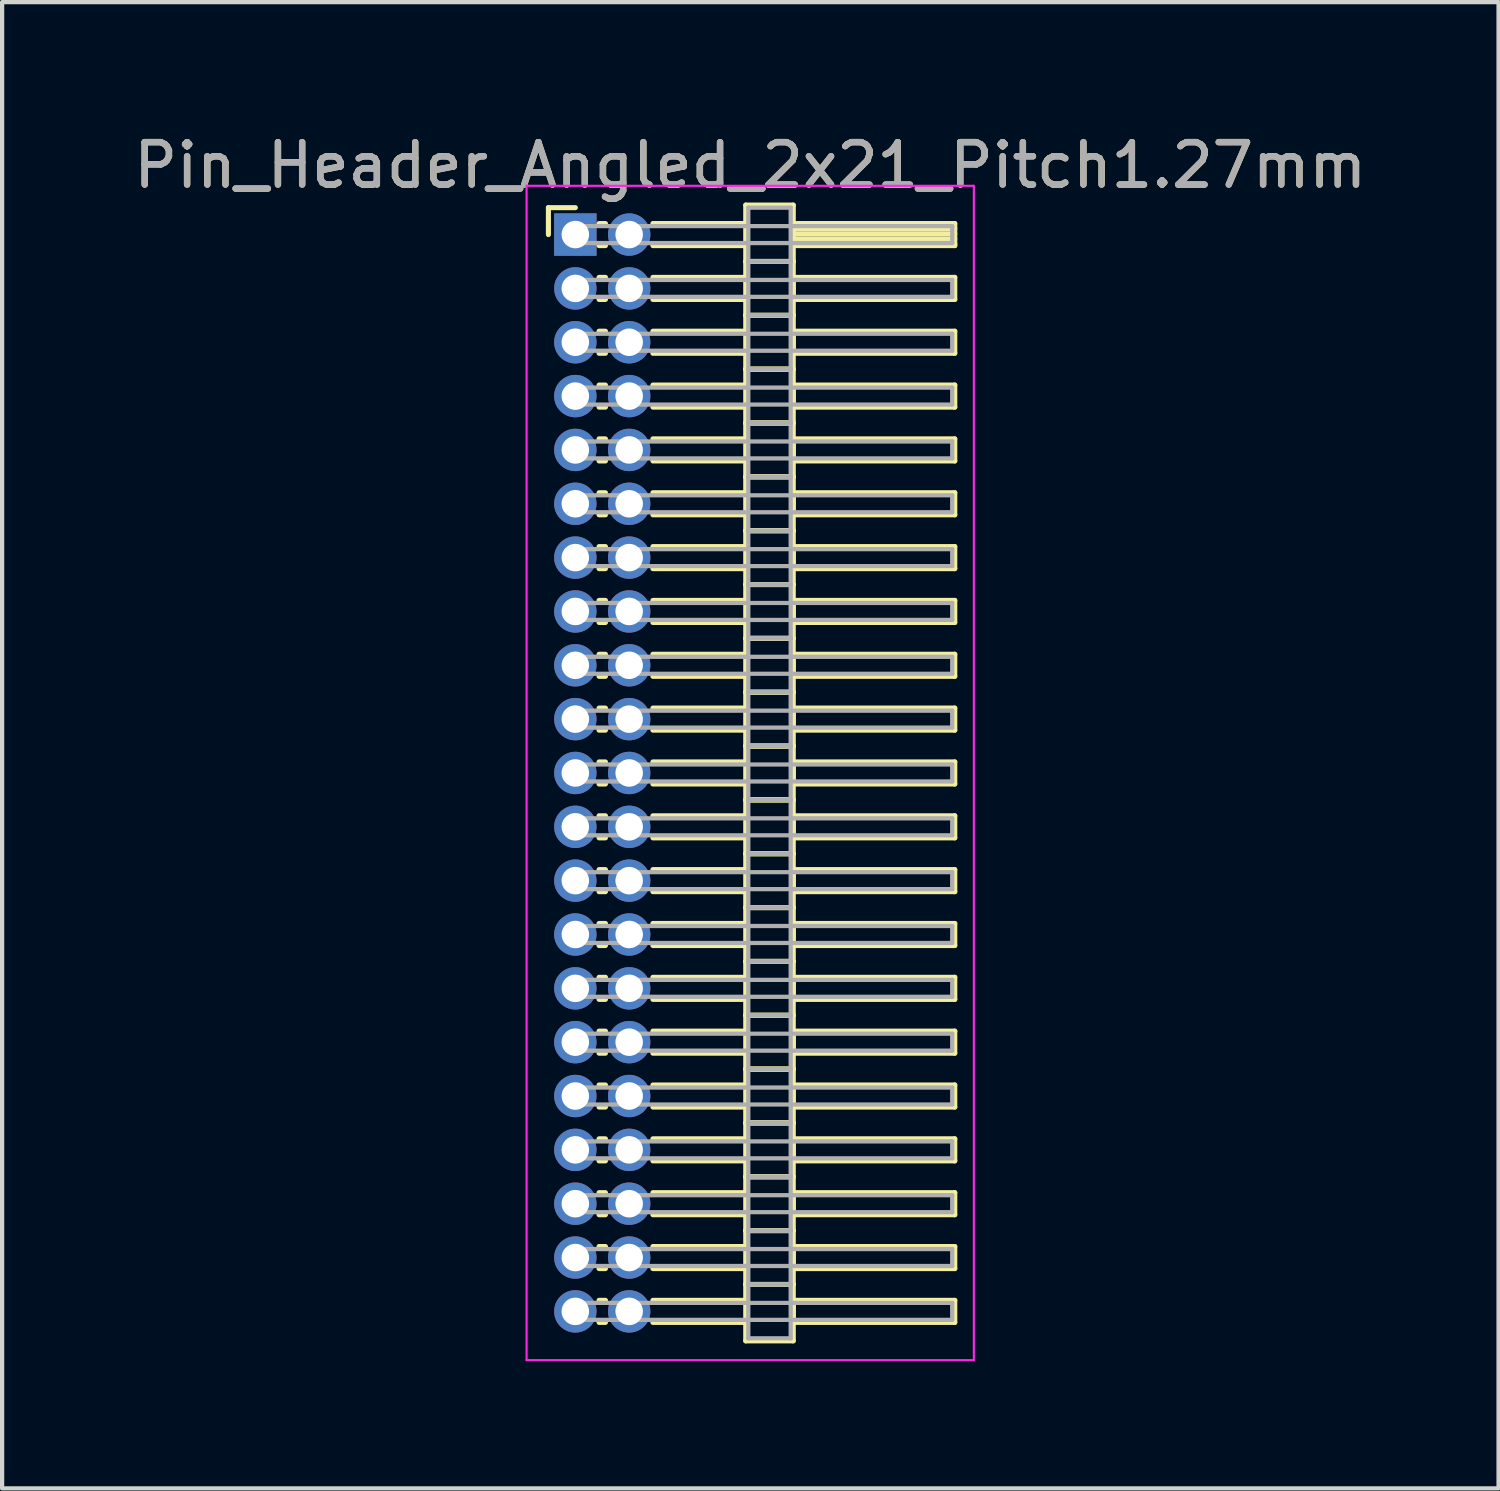
<source format=kicad_pcb>
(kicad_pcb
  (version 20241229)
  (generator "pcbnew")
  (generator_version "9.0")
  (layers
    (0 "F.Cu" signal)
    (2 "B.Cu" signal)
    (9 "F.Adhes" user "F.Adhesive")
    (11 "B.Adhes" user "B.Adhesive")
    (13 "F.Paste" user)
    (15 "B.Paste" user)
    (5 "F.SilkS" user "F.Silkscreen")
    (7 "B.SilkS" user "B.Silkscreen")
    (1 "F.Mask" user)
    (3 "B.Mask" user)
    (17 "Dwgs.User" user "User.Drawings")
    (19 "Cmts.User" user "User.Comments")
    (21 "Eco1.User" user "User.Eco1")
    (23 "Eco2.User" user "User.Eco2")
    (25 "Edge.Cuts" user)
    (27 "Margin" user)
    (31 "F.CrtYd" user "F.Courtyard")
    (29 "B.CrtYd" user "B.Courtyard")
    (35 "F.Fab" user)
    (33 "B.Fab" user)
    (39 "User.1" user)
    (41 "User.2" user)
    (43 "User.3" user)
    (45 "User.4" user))
  (footprint "Pin_Header_Angled_2x21_Pitch1.27mm"
    (layer "F.Cu")
    (at 10.521 2.483)
    (property "Reference" "Pin_Header_Angled_2x21_Pitch1.27mm" (at 4.128 -1.635 0) (layer "F.SilkS") (effects (font (size 1 1) (thickness 0.15))))
    (attr through_hole)
    (fp_line (start -0.635 -0.635) (end 0 -0.635) (stroke (width 0.12) (type solid)) (layer "F.SilkS"))
    (fp_line (start -0.635 0) (end -0.635 -0.635) (stroke (width 0.12) (type solid)) (layer "F.SilkS"))
    (fp_line (start 0.56 -0.26) (end 0.71 -0.26) (stroke (width 0.12) (type solid)) (layer "F.SilkS"))
    (fp_line (start 0.56 0.26) (end 0.71 0.26) (stroke (width 0.12) (type solid)) (layer "F.SilkS"))
    (fp_line (start 0.56 1.01) (end 0.71 1.01) (stroke (width 0.12) (type solid)) (layer "F.SilkS"))
    (fp_line (start 0.56 1.53) (end 0.71 1.53) (stroke (width 0.12) (type solid)) (layer "F.SilkS"))
    (fp_line (start 0.56 2.28) (end 0.71 2.28) (stroke (width 0.12) (type solid)) (layer "F.SilkS"))
    (fp_line (start 0.56 2.8) (end 0.71 2.8) (stroke (width 0.12) (type solid)) (layer "F.SilkS"))
    (fp_line (start 0.56 3.55) (end 0.71 3.55) (stroke (width 0.12) (type solid)) (layer "F.SilkS"))
    (fp_line (start 0.56 4.07) (end 0.71 4.07) (stroke (width 0.12) (type solid)) (layer "F.SilkS"))
    (fp_line (start 0.56 4.82) (end 0.71 4.82) (stroke (width 0.12) (type solid)) (layer "F.SilkS"))
    (fp_line (start 0.56 5.34) (end 0.71 5.34) (stroke (width 0.12) (type solid)) (layer "F.SilkS"))
    (fp_line (start 0.56 6.09) (end 0.71 6.09) (stroke (width 0.12) (type solid)) (layer "F.SilkS"))
    (fp_line (start 0.56 6.61) (end 0.71 6.61) (stroke (width 0.12) (type solid)) (layer "F.SilkS"))
    (fp_line (start 0.56 7.36) (end 0.71 7.36) (stroke (width 0.12) (type solid)) (layer "F.SilkS"))
    (fp_line (start 0.56 7.88) (end 0.71 7.88) (stroke (width 0.12) (type solid)) (layer "F.SilkS"))
    (fp_line (start 0.56 8.63) (end 0.71 8.63) (stroke (width 0.12) (type solid)) (layer "F.SilkS"))
    (fp_line (start 0.56 9.15) (end 0.71 9.15) (stroke (width 0.12) (type solid)) (layer "F.SilkS"))
    (fp_line (start 0.56 9.9) (end 0.71 9.9) (stroke (width 0.12) (type solid)) (layer "F.SilkS"))
    (fp_line (start 0.56 10.42) (end 0.71 10.42) (stroke (width 0.12) (type solid)) (layer "F.SilkS"))
    (fp_line (start 0.56 11.17) (end 0.71 11.17) (stroke (width 0.12) (type solid)) (layer "F.SilkS"))
    (fp_line (start 0.56 11.69) (end 0.71 11.69) (stroke (width 0.12) (type solid)) (layer "F.SilkS"))
    (fp_line (start 0.56 12.44) (end 0.71 12.44) (stroke (width 0.12) (type solid)) (layer "F.SilkS"))
    (fp_line (start 0.56 12.96) (end 0.71 12.96) (stroke (width 0.12) (type solid)) (layer "F.SilkS"))
    (fp_line (start 0.56 13.71) (end 0.71 13.71) (stroke (width 0.12) (type solid)) (layer "F.SilkS"))
    (fp_line (start 0.56 14.23) (end 0.71 14.23) (stroke (width 0.12) (type solid)) (layer "F.SilkS"))
    (fp_line (start 0.56 14.98) (end 0.71 14.98) (stroke (width 0.12) (type solid)) (layer "F.SilkS"))
    (fp_line (start 0.56 15.5) (end 0.71 15.5) (stroke (width 0.12) (type solid)) (layer "F.SilkS"))
    (fp_line (start 0.56 16.25) (end 0.71 16.25) (stroke (width 0.12) (type solid)) (layer "F.SilkS"))
    (fp_line (start 0.56 16.77) (end 0.71 16.77) (stroke (width 0.12) (type solid)) (layer "F.SilkS"))
    (fp_line (start 0.56 17.52) (end 0.71 17.52) (stroke (width 0.12) (type solid)) (layer "F.SilkS"))
    (fp_line (start 0.56 18.04) (end 0.71 18.04) (stroke (width 0.12) (type solid)) (layer "F.SilkS"))
    (fp_line (start 0.56 18.79) (end 0.71 18.79) (stroke (width 0.12) (type solid)) (layer "F.SilkS"))
    (fp_line (start 0.56 19.31) (end 0.71 19.31) (stroke (width 0.12) (type solid)) (layer "F.SilkS"))
    (fp_line (start 0.56 20.06) (end 0.71 20.06) (stroke (width 0.12) (type solid)) (layer "F.SilkS"))
    (fp_line (start 0.56 20.58) (end 0.71 20.58) (stroke (width 0.12) (type solid)) (layer "F.SilkS"))
    (fp_line (start 0.56 21.33) (end 0.71 21.33) (stroke (width 0.12) (type solid)) (layer "F.SilkS"))
    (fp_line (start 0.56 21.85) (end 0.71 21.85) (stroke (width 0.12) (type solid)) (layer "F.SilkS"))
    (fp_line (start 0.56 22.6) (end 0.71 22.6) (stroke (width 0.12) (type solid)) (layer "F.SilkS"))
    (fp_line (start 0.56 23.12) (end 0.71 23.12) (stroke (width 0.12) (type solid)) (layer "F.SilkS"))
    (fp_line (start 0.56 23.87) (end 0.71 23.87) (stroke (width 0.12) (type solid)) (layer "F.SilkS"))
    (fp_line (start 0.56 24.39) (end 0.71 24.39) (stroke (width 0.12) (type solid)) (layer "F.SilkS"))
    (fp_line (start 0.56 25.14) (end 0.71 25.14) (stroke (width 0.12) (type solid)) (layer "F.SilkS"))
    (fp_line (start 0.56 25.66) (end 0.71 25.66) (stroke (width 0.12) (type solid)) (layer "F.SilkS"))
    (fp_line (start 1.83 -0.26) (end 4.02 -0.26) (stroke (width 0.12) (type solid)) (layer "F.SilkS"))
    (fp_line (start 1.83 0.26) (end 4.02 0.26) (stroke (width 0.12) (type solid)) (layer "F.SilkS"))
    (fp_line (start 1.83 1.01) (end 4.02 1.01) (stroke (width 0.12) (type solid)) (layer "F.SilkS"))
    (fp_line (start 1.83 1.53) (end 4.02 1.53) (stroke (width 0.12) (type solid)) (layer "F.SilkS"))
    (fp_line (start 1.83 2.28) (end 4.02 2.28) (stroke (width 0.12) (type solid)) (layer "F.SilkS"))
    (fp_line (start 1.83 2.8) (end 4.02 2.8) (stroke (width 0.12) (type solid)) (layer "F.SilkS"))
    (fp_line (start 1.83 3.55) (end 4.02 3.55) (stroke (width 0.12) (type solid)) (layer "F.SilkS"))
    (fp_line (start 1.83 4.07) (end 4.02 4.07) (stroke (width 0.12) (type solid)) (layer "F.SilkS"))
    (fp_line (start 1.83 4.82) (end 4.02 4.82) (stroke (width 0.12) (type solid)) (layer "F.SilkS"))
    (fp_line (start 1.83 5.34) (end 4.02 5.34) (stroke (width 0.12) (type solid)) (layer "F.SilkS"))
    (fp_line (start 1.83 6.09) (end 4.02 6.09) (stroke (width 0.12) (type solid)) (layer "F.SilkS"))
    (fp_line (start 1.83 6.61) (end 4.02 6.61) (stroke (width 0.12) (type solid)) (layer "F.SilkS"))
    (fp_line (start 1.83 7.36) (end 4.02 7.36) (stroke (width 0.12) (type solid)) (layer "F.SilkS"))
    (fp_line (start 1.83 7.88) (end 4.02 7.88) (stroke (width 0.12) (type solid)) (layer "F.SilkS"))
    (fp_line (start 1.83 8.63) (end 4.02 8.63) (stroke (width 0.12) (type solid)) (layer "F.SilkS"))
    (fp_line (start 1.83 9.15) (end 4.02 9.15) (stroke (width 0.12) (type solid)) (layer "F.SilkS"))
    (fp_line (start 1.83 9.9) (end 4.02 9.9) (stroke (width 0.12) (type solid)) (layer "F.SilkS"))
    (fp_line (start 1.83 10.42) (end 4.02 10.42) (stroke (width 0.12) (type solid)) (layer "F.SilkS"))
    (fp_line (start 1.83 11.17) (end 4.02 11.17) (stroke (width 0.12) (type solid)) (layer "F.SilkS"))
    (fp_line (start 1.83 11.69) (end 4.02 11.69) (stroke (width 0.12) (type solid)) (layer "F.SilkS"))
    (fp_line (start 1.83 12.44) (end 4.02 12.44) (stroke (width 0.12) (type solid)) (layer "F.SilkS"))
    (fp_line (start 1.83 12.96) (end 4.02 12.96) (stroke (width 0.12) (type solid)) (layer "F.SilkS"))
    (fp_line (start 1.83 13.71) (end 4.02 13.71) (stroke (width 0.12) (type solid)) (layer "F.SilkS"))
    (fp_line (start 1.83 14.23) (end 4.02 14.23) (stroke (width 0.12) (type solid)) (layer "F.SilkS"))
    (fp_line (start 1.83 14.98) (end 4.02 14.98) (stroke (width 0.12) (type solid)) (layer "F.SilkS"))
    (fp_line (start 1.83 15.5) (end 4.02 15.5) (stroke (width 0.12) (type solid)) (layer "F.SilkS"))
    (fp_line (start 1.83 16.25) (end 4.02 16.25) (stroke (width 0.12) (type solid)) (layer "F.SilkS"))
    (fp_line (start 1.83 16.77) (end 4.02 16.77) (stroke (width 0.12) (type solid)) (layer "F.SilkS"))
    (fp_line (start 1.83 17.52) (end 4.02 17.52) (stroke (width 0.12) (type solid)) (layer "F.SilkS"))
    (fp_line (start 1.83 18.04) (end 4.02 18.04) (stroke (width 0.12) (type solid)) (layer "F.SilkS"))
    (fp_line (start 1.83 18.79) (end 4.02 18.79) (stroke (width 0.12) (type solid)) (layer "F.SilkS"))
    (fp_line (start 1.83 19.31) (end 4.02 19.31) (stroke (width 0.12) (type solid)) (layer "F.SilkS"))
    (fp_line (start 1.83 20.06) (end 4.02 20.06) (stroke (width 0.12) (type solid)) (layer "F.SilkS"))
    (fp_line (start 1.83 20.58) (end 4.02 20.58) (stroke (width 0.12) (type solid)) (layer "F.SilkS"))
    (fp_line (start 1.83 21.33) (end 4.02 21.33) (stroke (width 0.12) (type solid)) (layer "F.SilkS"))
    (fp_line (start 1.83 21.85) (end 4.02 21.85) (stroke (width 0.12) (type solid)) (layer "F.SilkS"))
    (fp_line (start 1.83 22.6) (end 4.02 22.6) (stroke (width 0.12) (type solid)) (layer "F.SilkS"))
    (fp_line (start 1.83 23.12) (end 4.02 23.12) (stroke (width 0.12) (type solid)) (layer "F.SilkS"))
    (fp_line (start 1.83 23.87) (end 4.02 23.87) (stroke (width 0.12) (type solid)) (layer "F.SilkS"))
    (fp_line (start 1.83 24.39) (end 4.02 24.39) (stroke (width 0.12) (type solid)) (layer "F.SilkS"))
    (fp_line (start 1.83 25.14) (end 4.02 25.14) (stroke (width 0.12) (type solid)) (layer "F.SilkS"))
    (fp_line (start 1.83 25.66) (end 4.02 25.66) (stroke (width 0.12) (type solid)) (layer "F.SilkS"))
    (fp_line (start 4.02 -0.695) (end 4.02 0.635) (stroke (width 0.12) (type solid)) (layer "F.SilkS"))
    (fp_line (start 4.02 0.635) (end 4.02 1.905) (stroke (width 0.12) (type solid)) (layer "F.SilkS"))
    (fp_line (start 4.02 0.635) (end 5.14 0.635) (stroke (width 0.12) (type solid)) (layer "F.SilkS"))
    (fp_line (start 4.02 1.905) (end 4.02 3.175) (stroke (width 0.12) (type solid)) (layer "F.SilkS"))
    (fp_line (start 4.02 1.905) (end 5.14 1.905) (stroke (width 0.12) (type solid)) (layer "F.SilkS"))
    (fp_line (start 4.02 3.175) (end 4.02 4.445) (stroke (width 0.12) (type solid)) (layer "F.SilkS"))
    (fp_line (start 4.02 3.175) (end 5.14 3.175) (stroke (width 0.12) (type solid)) (layer "F.SilkS"))
    (fp_line (start 4.02 4.445) (end 4.02 5.715) (stroke (width 0.12) (type solid)) (layer "F.SilkS"))
    (fp_line (start 4.02 4.445) (end 5.14 4.445) (stroke (width 0.12) (type solid)) (layer "F.SilkS"))
    (fp_line (start 4.02 5.715) (end 4.02 6.985) (stroke (width 0.12) (type solid)) (layer "F.SilkS"))
    (fp_line (start 4.02 5.715) (end 5.14 5.715) (stroke (width 0.12) (type solid)) (layer "F.SilkS"))
    (fp_line (start 4.02 6.985) (end 4.02 8.255) (stroke (width 0.12) (type solid)) (layer "F.SilkS"))
    (fp_line (start 4.02 6.985) (end 5.14 6.985) (stroke (width 0.12) (type solid)) (layer "F.SilkS"))
    (fp_line (start 4.02 8.255) (end 4.02 9.525) (stroke (width 0.12) (type solid)) (layer "F.SilkS"))
    (fp_line (start 4.02 8.255) (end 5.14 8.255) (stroke (width 0.12) (type solid)) (layer "F.SilkS"))
    (fp_line (start 4.02 9.525) (end 4.02 10.795) (stroke (width 0.12) (type solid)) (layer "F.SilkS"))
    (fp_line (start 4.02 9.525) (end 5.14 9.525) (stroke (width 0.12) (type solid)) (layer "F.SilkS"))
    (fp_line (start 4.02 10.795) (end 4.02 12.065) (stroke (width 0.12) (type solid)) (layer "F.SilkS"))
    (fp_line (start 4.02 10.795) (end 5.14 10.795) (stroke (width 0.12) (type solid)) (layer "F.SilkS"))
    (fp_line (start 4.02 12.065) (end 4.02 13.335) (stroke (width 0.12) (type solid)) (layer "F.SilkS"))
    (fp_line (start 4.02 12.065) (end 5.14 12.065) (stroke (width 0.12) (type solid)) (layer "F.SilkS"))
    (fp_line (start 4.02 13.335) (end 4.02 14.605) (stroke (width 0.12) (type solid)) (layer "F.SilkS"))
    (fp_line (start 4.02 13.335) (end 5.14 13.335) (stroke (width 0.12) (type solid)) (layer "F.SilkS"))
    (fp_line (start 4.02 14.605) (end 4.02 15.875) (stroke (width 0.12) (type solid)) (layer "F.SilkS"))
    (fp_line (start 4.02 14.605) (end 5.14 14.605) (stroke (width 0.12) (type solid)) (layer "F.SilkS"))
    (fp_line (start 4.02 15.875) (end 4.02 17.145) (stroke (width 0.12) (type solid)) (layer "F.SilkS"))
    (fp_line (start 4.02 15.875) (end 5.14 15.875) (stroke (width 0.12) (type solid)) (layer "F.SilkS"))
    (fp_line (start 4.02 17.145) (end 4.02 18.415) (stroke (width 0.12) (type solid)) (layer "F.SilkS"))
    (fp_line (start 4.02 17.145) (end 5.14 17.145) (stroke (width 0.12) (type solid)) (layer "F.SilkS"))
    (fp_line (start 4.02 18.415) (end 4.02 19.685) (stroke (width 0.12) (type solid)) (layer "F.SilkS"))
    (fp_line (start 4.02 18.415) (end 5.14 18.415) (stroke (width 0.12) (type solid)) (layer "F.SilkS"))
    (fp_line (start 4.02 19.685) (end 4.02 20.955) (stroke (width 0.12) (type solid)) (layer "F.SilkS"))
    (fp_line (start 4.02 19.685) (end 5.14 19.685) (stroke (width 0.12) (type solid)) (layer "F.SilkS"))
    (fp_line (start 4.02 20.955) (end 4.02 22.225) (stroke (width 0.12) (type solid)) (layer "F.SilkS"))
    (fp_line (start 4.02 20.955) (end 5.14 20.955) (stroke (width 0.12) (type solid)) (layer "F.SilkS"))
    (fp_line (start 4.02 22.225) (end 4.02 23.495) (stroke (width 0.12) (type solid)) (layer "F.SilkS"))
    (fp_line (start 4.02 22.225) (end 5.14 22.225) (stroke (width 0.12) (type solid)) (layer "F.SilkS"))
    (fp_line (start 4.02 23.495) (end 4.02 24.765) (stroke (width 0.12) (type solid)) (layer "F.SilkS"))
    (fp_line (start 4.02 23.495) (end 5.14 23.495) (stroke (width 0.12) (type solid)) (layer "F.SilkS"))
    (fp_line (start 4.02 24.765) (end 4.02 26.095) (stroke (width 0.12) (type solid)) (layer "F.SilkS"))
    (fp_line (start 4.02 24.765) (end 5.14 24.765) (stroke (width 0.12) (type solid)) (layer "F.SilkS"))
    (fp_line (start 4.02 26.095) (end 5.14 26.095) (stroke (width 0.12) (type solid)) (layer "F.SilkS"))
    (fp_line (start 5.14 -0.695) (end 4.02 -0.695) (stroke (width 0.12) (type solid)) (layer "F.SilkS"))
    (fp_line (start 5.14 -0.26) (end 5.14 0.26) (stroke (width 0.12) (type solid)) (layer "F.SilkS"))
    (fp_line (start 5.14 -0.14) (end 8.95 -0.14) (stroke (width 0.12) (type solid)) (layer "F.SilkS"))
    (fp_line (start 5.14 -0.02) (end 8.95 -0.02) (stroke (width 0.12) (type solid)) (layer "F.SilkS"))
    (fp_line (start 5.14 0.1) (end 8.95 0.1) (stroke (width 0.12) (type solid)) (layer "F.SilkS"))
    (fp_line (start 5.14 0.22) (end 8.95 0.22) (stroke (width 0.12) (type solid)) (layer "F.SilkS"))
    (fp_line (start 5.14 0.26) (end 8.95 0.26) (stroke (width 0.12) (type solid)) (layer "F.SilkS"))
    (fp_line (start 5.14 0.635) (end 4.02 0.635) (stroke (width 0.12) (type solid)) (layer "F.SilkS"))
    (fp_line (start 5.14 0.635) (end 5.14 -0.695) (stroke (width 0.12) (type solid)) (layer "F.SilkS"))
    (fp_line (start 5.14 1.01) (end 5.14 1.53) (stroke (width 0.12) (type solid)) (layer "F.SilkS"))
    (fp_line (start 5.14 1.53) (end 8.95 1.53) (stroke (width 0.12) (type solid)) (layer "F.SilkS"))
    (fp_line (start 5.14 1.905) (end 4.02 1.905) (stroke (width 0.12) (type solid)) (layer "F.SilkS"))
    (fp_line (start 5.14 1.905) (end 5.14 0.635) (stroke (width 0.12) (type solid)) (layer "F.SilkS"))
    (fp_line (start 5.14 2.28) (end 5.14 2.8) (stroke (width 0.12) (type solid)) (layer "F.SilkS"))
    (fp_line (start 5.14 2.8) (end 8.95 2.8) (stroke (width 0.12) (type solid)) (layer "F.SilkS"))
    (fp_line (start 5.14 3.175) (end 4.02 3.175) (stroke (width 0.12) (type solid)) (layer "F.SilkS"))
    (fp_line (start 5.14 3.175) (end 5.14 1.905) (stroke (width 0.12) (type solid)) (layer "F.SilkS"))
    (fp_line (start 5.14 3.55) (end 5.14 4.07) (stroke (width 0.12) (type solid)) (layer "F.SilkS"))
    (fp_line (start 5.14 4.07) (end 8.95 4.07) (stroke (width 0.12) (type solid)) (layer "F.SilkS"))
    (fp_line (start 5.14 4.445) (end 4.02 4.445) (stroke (width 0.12) (type solid)) (layer "F.SilkS"))
    (fp_line (start 5.14 4.445) (end 5.14 3.175) (stroke (width 0.12) (type solid)) (layer "F.SilkS"))
    (fp_line (start 5.14 4.82) (end 5.14 5.34) (stroke (width 0.12) (type solid)) (layer "F.SilkS"))
    (fp_line (start 5.14 5.34) (end 8.95 5.34) (stroke (width 0.12) (type solid)) (layer "F.SilkS"))
    (fp_line (start 5.14 5.715) (end 4.02 5.715) (stroke (width 0.12) (type solid)) (layer "F.SilkS"))
    (fp_line (start 5.14 5.715) (end 5.14 4.445) (stroke (width 0.12) (type solid)) (layer "F.SilkS"))
    (fp_line (start 5.14 6.09) (end 5.14 6.61) (stroke (width 0.12) (type solid)) (layer "F.SilkS"))
    (fp_line (start 5.14 6.61) (end 8.95 6.61) (stroke (width 0.12) (type solid)) (layer "F.SilkS"))
    (fp_line (start 5.14 6.985) (end 4.02 6.985) (stroke (width 0.12) (type solid)) (layer "F.SilkS"))
    (fp_line (start 5.14 6.985) (end 5.14 5.715) (stroke (width 0.12) (type solid)) (layer "F.SilkS"))
    (fp_line (start 5.14 7.36) (end 5.14 7.88) (stroke (width 0.12) (type solid)) (layer "F.SilkS"))
    (fp_line (start 5.14 7.88) (end 8.95 7.88) (stroke (width 0.12) (type solid)) (layer "F.SilkS"))
    (fp_line (start 5.14 8.255) (end 4.02 8.255) (stroke (width 0.12) (type solid)) (layer "F.SilkS"))
    (fp_line (start 5.14 8.255) (end 5.14 6.985) (stroke (width 0.12) (type solid)) (layer "F.SilkS"))
    (fp_line (start 5.14 8.63) (end 5.14 9.15) (stroke (width 0.12) (type solid)) (layer "F.SilkS"))
    (fp_line (start 5.14 9.15) (end 8.95 9.15) (stroke (width 0.12) (type solid)) (layer "F.SilkS"))
    (fp_line (start 5.14 9.525) (end 4.02 9.525) (stroke (width 0.12) (type solid)) (layer "F.SilkS"))
    (fp_line (start 5.14 9.525) (end 5.14 8.255) (stroke (width 0.12) (type solid)) (layer "F.SilkS"))
    (fp_line (start 5.14 9.9) (end 5.14 10.42) (stroke (width 0.12) (type solid)) (layer "F.SilkS"))
    (fp_line (start 5.14 10.42) (end 8.95 10.42) (stroke (width 0.12) (type solid)) (layer "F.SilkS"))
    (fp_line (start 5.14 10.795) (end 4.02 10.795) (stroke (width 0.12) (type solid)) (layer "F.SilkS"))
    (fp_line (start 5.14 10.795) (end 5.14 9.525) (stroke (width 0.12) (type solid)) (layer "F.SilkS"))
    (fp_line (start 5.14 11.17) (end 5.14 11.69) (stroke (width 0.12) (type solid)) (layer "F.SilkS"))
    (fp_line (start 5.14 11.69) (end 8.95 11.69) (stroke (width 0.12) (type solid)) (layer "F.SilkS"))
    (fp_line (start 5.14 12.065) (end 4.02 12.065) (stroke (width 0.12) (type solid)) (layer "F.SilkS"))
    (fp_line (start 5.14 12.065) (end 5.14 10.795) (stroke (width 0.12) (type solid)) (layer "F.SilkS"))
    (fp_line (start 5.14 12.44) (end 5.14 12.96) (stroke (width 0.12) (type solid)) (layer "F.SilkS"))
    (fp_line (start 5.14 12.96) (end 8.95 12.96) (stroke (width 0.12) (type solid)) (layer "F.SilkS"))
    (fp_line (start 5.14 13.335) (end 4.02 13.335) (stroke (width 0.12) (type solid)) (layer "F.SilkS"))
    (fp_line (start 5.14 13.335) (end 5.14 12.065) (stroke (width 0.12) (type solid)) (layer "F.SilkS"))
    (fp_line (start 5.14 13.71) (end 5.14 14.23) (stroke (width 0.12) (type solid)) (layer "F.SilkS"))
    (fp_line (start 5.14 14.23) (end 8.95 14.23) (stroke (width 0.12) (type solid)) (layer "F.SilkS"))
    (fp_line (start 5.14 14.605) (end 4.02 14.605) (stroke (width 0.12) (type solid)) (layer "F.SilkS"))
    (fp_line (start 5.14 14.605) (end 5.14 13.335) (stroke (width 0.12) (type solid)) (layer "F.SilkS"))
    (fp_line (start 5.14 14.98) (end 5.14 15.5) (stroke (width 0.12) (type solid)) (layer "F.SilkS"))
    (fp_line (start 5.14 15.5) (end 8.95 15.5) (stroke (width 0.12) (type solid)) (layer "F.SilkS"))
    (fp_line (start 5.14 15.875) (end 4.02 15.875) (stroke (width 0.12) (type solid)) (layer "F.SilkS"))
    (fp_line (start 5.14 15.875) (end 5.14 14.605) (stroke (width 0.12) (type solid)) (layer "F.SilkS"))
    (fp_line (start 5.14 16.25) (end 5.14 16.77) (stroke (width 0.12) (type solid)) (layer "F.SilkS"))
    (fp_line (start 5.14 16.77) (end 8.95 16.77) (stroke (width 0.12) (type solid)) (layer "F.SilkS"))
    (fp_line (start 5.14 17.145) (end 4.02 17.145) (stroke (width 0.12) (type solid)) (layer "F.SilkS"))
    (fp_line (start 5.14 17.145) (end 5.14 15.875) (stroke (width 0.12) (type solid)) (layer "F.SilkS"))
    (fp_line (start 5.14 17.52) (end 5.14 18.04) (stroke (width 0.12) (type solid)) (layer "F.SilkS"))
    (fp_line (start 5.14 18.04) (end 8.95 18.04) (stroke (width 0.12) (type solid)) (layer "F.SilkS"))
    (fp_line (start 5.14 18.415) (end 4.02 18.415) (stroke (width 0.12) (type solid)) (layer "F.SilkS"))
    (fp_line (start 5.14 18.415) (end 5.14 17.145) (stroke (width 0.12) (type solid)) (layer "F.SilkS"))
    (fp_line (start 5.14 18.79) (end 5.14 19.31) (stroke (width 0.12) (type solid)) (layer "F.SilkS"))
    (fp_line (start 5.14 19.31) (end 8.95 19.31) (stroke (width 0.12) (type solid)) (layer "F.SilkS"))
    (fp_line (start 5.14 19.685) (end 4.02 19.685) (stroke (width 0.12) (type solid)) (layer "F.SilkS"))
    (fp_line (start 5.14 19.685) (end 5.14 18.415) (stroke (width 0.12) (type solid)) (layer "F.SilkS"))
    (fp_line (start 5.14 20.06) (end 5.14 20.58) (stroke (width 0.12) (type solid)) (layer "F.SilkS"))
    (fp_line (start 5.14 20.58) (end 8.95 20.58) (stroke (width 0.12) (type solid)) (layer "F.SilkS"))
    (fp_line (start 5.14 20.955) (end 4.02 20.955) (stroke (width 0.12) (type solid)) (layer "F.SilkS"))
    (fp_line (start 5.14 20.955) (end 5.14 19.685) (stroke (width 0.12) (type solid)) (layer "F.SilkS"))
    (fp_line (start 5.14 21.33) (end 5.14 21.85) (stroke (width 0.12) (type solid)) (layer "F.SilkS"))
    (fp_line (start 5.14 21.85) (end 8.95 21.85) (stroke (width 0.12) (type solid)) (layer "F.SilkS"))
    (fp_line (start 5.14 22.225) (end 4.02 22.225) (stroke (width 0.12) (type solid)) (layer "F.SilkS"))
    (fp_line (start 5.14 22.225) (end 5.14 20.955) (stroke (width 0.12) (type solid)) (layer "F.SilkS"))
    (fp_line (start 5.14 22.6) (end 5.14 23.12) (stroke (width 0.12) (type solid)) (layer "F.SilkS"))
    (fp_line (start 5.14 23.12) (end 8.95 23.12) (stroke (width 0.12) (type solid)) (layer "F.SilkS"))
    (fp_line (start 5.14 23.495) (end 4.02 23.495) (stroke (width 0.12) (type solid)) (layer "F.SilkS"))
    (fp_line (start 5.14 23.495) (end 5.14 22.225) (stroke (width 0.12) (type solid)) (layer "F.SilkS"))
    (fp_line (start 5.14 23.87) (end 5.14 24.39) (stroke (width 0.12) (type solid)) (layer "F.SilkS"))
    (fp_line (start 5.14 24.39) (end 8.95 24.39) (stroke (width 0.12) (type solid)) (layer "F.SilkS"))
    (fp_line (start 5.14 24.765) (end 4.02 24.765) (stroke (width 0.12) (type solid)) (layer "F.SilkS"))
    (fp_line (start 5.14 24.765) (end 5.14 23.495) (stroke (width 0.12) (type solid)) (layer "F.SilkS"))
    (fp_line (start 5.14 25.14) (end 5.14 25.66) (stroke (width 0.12) (type solid)) (layer "F.SilkS"))
    (fp_line (start 5.14 25.66) (end 8.95 25.66) (stroke (width 0.12) (type solid)) (layer "F.SilkS"))
    (fp_line (start 5.14 26.095) (end 5.14 24.765) (stroke (width 0.12) (type solid)) (layer "F.SilkS"))
    (fp_line (start 8.95 -0.26) (end 5.14 -0.26) (stroke (width 0.12) (type solid)) (layer "F.SilkS"))
    (fp_line (start 8.95 0.26) (end 8.95 -0.26) (stroke (width 0.12) (type solid)) (layer "F.SilkS"))
    (fp_line (start 8.95 1.01) (end 5.14 1.01) (stroke (width 0.12) (type solid)) (layer "F.SilkS"))
    (fp_line (start 8.95 1.53) (end 8.95 1.01) (stroke (width 0.12) (type solid)) (layer "F.SilkS"))
    (fp_line (start 8.95 2.28) (end 5.14 2.28) (stroke (width 0.12) (type solid)) (layer "F.SilkS"))
    (fp_line (start 8.95 2.8) (end 8.95 2.28) (stroke (width 0.12) (type solid)) (layer "F.SilkS"))
    (fp_line (start 8.95 3.55) (end 5.14 3.55) (stroke (width 0.12) (type solid)) (layer "F.SilkS"))
    (fp_line (start 8.95 4.07) (end 8.95 3.55) (stroke (width 0.12) (type solid)) (layer "F.SilkS"))
    (fp_line (start 8.95 4.82) (end 5.14 4.82) (stroke (width 0.12) (type solid)) (layer "F.SilkS"))
    (fp_line (start 8.95 5.34) (end 8.95 4.82) (stroke (width 0.12) (type solid)) (layer "F.SilkS"))
    (fp_line (start 8.95 6.09) (end 5.14 6.09) (stroke (width 0.12) (type solid)) (layer "F.SilkS"))
    (fp_line (start 8.95 6.61) (end 8.95 6.09) (stroke (width 0.12) (type solid)) (layer "F.SilkS"))
    (fp_line (start 8.95 7.36) (end 5.14 7.36) (stroke (width 0.12) (type solid)) (layer "F.SilkS"))
    (fp_line (start 8.95 7.88) (end 8.95 7.36) (stroke (width 0.12) (type solid)) (layer "F.SilkS"))
    (fp_line (start 8.95 8.63) (end 5.14 8.63) (stroke (width 0.12) (type solid)) (layer "F.SilkS"))
    (fp_line (start 8.95 9.15) (end 8.95 8.63) (stroke (width 0.12) (type solid)) (layer "F.SilkS"))
    (fp_line (start 8.95 9.9) (end 5.14 9.9) (stroke (width 0.12) (type solid)) (layer "F.SilkS"))
    (fp_line (start 8.95 10.42) (end 8.95 9.9) (stroke (width 0.12) (type solid)) (layer "F.SilkS"))
    (fp_line (start 8.95 11.17) (end 5.14 11.17) (stroke (width 0.12) (type solid)) (layer "F.SilkS"))
    (fp_line (start 8.95 11.69) (end 8.95 11.17) (stroke (width 0.12) (type solid)) (layer "F.SilkS"))
    (fp_line (start 8.95 12.44) (end 5.14 12.44) (stroke (width 0.12) (type solid)) (layer "F.SilkS"))
    (fp_line (start 8.95 12.96) (end 8.95 12.44) (stroke (width 0.12) (type solid)) (layer "F.SilkS"))
    (fp_line (start 8.95 13.71) (end 5.14 13.71) (stroke (width 0.12) (type solid)) (layer "F.SilkS"))
    (fp_line (start 8.95 14.23) (end 8.95 13.71) (stroke (width 0.12) (type solid)) (layer "F.SilkS"))
    (fp_line (start 8.95 14.98) (end 5.14 14.98) (stroke (width 0.12) (type solid)) (layer "F.SilkS"))
    (fp_line (start 8.95 15.5) (end 8.95 14.98) (stroke (width 0.12) (type solid)) (layer "F.SilkS"))
    (fp_line (start 8.95 16.25) (end 5.14 16.25) (stroke (width 0.12) (type solid)) (layer "F.SilkS"))
    (fp_line (start 8.95 16.77) (end 8.95 16.25) (stroke (width 0.12) (type solid)) (layer "F.SilkS"))
    (fp_line (start 8.95 17.52) (end 5.14 17.52) (stroke (width 0.12) (type solid)) (layer "F.SilkS"))
    (fp_line (start 8.95 18.04) (end 8.95 17.52) (stroke (width 0.12) (type solid)) (layer "F.SilkS"))
    (fp_line (start 8.95 18.79) (end 5.14 18.79) (stroke (width 0.12) (type solid)) (layer "F.SilkS"))
    (fp_line (start 8.95 19.31) (end 8.95 18.79) (stroke (width 0.12) (type solid)) (layer "F.SilkS"))
    (fp_line (start 8.95 20.06) (end 5.14 20.06) (stroke (width 0.12) (type solid)) (layer "F.SilkS"))
    (fp_line (start 8.95 20.58) (end 8.95 20.06) (stroke (width 0.12) (type solid)) (layer "F.SilkS"))
    (fp_line (start 8.95 21.33) (end 5.14 21.33) (stroke (width 0.12) (type solid)) (layer "F.SilkS"))
    (fp_line (start 8.95 21.85) (end 8.95 21.33) (stroke (width 0.12) (type solid)) (layer "F.SilkS"))
    (fp_line (start 8.95 22.6) (end 5.14 22.6) (stroke (width 0.12) (type solid)) (layer "F.SilkS"))
    (fp_line (start 8.95 23.12) (end 8.95 22.6) (stroke (width 0.12) (type solid)) (layer "F.SilkS"))
    (fp_line (start 8.95 23.87) (end 5.14 23.87) (stroke (width 0.12) (type solid)) (layer "F.SilkS"))
    (fp_line (start 8.95 24.39) (end 8.95 23.87) (stroke (width 0.12) (type solid)) (layer "F.SilkS"))
    (fp_line (start 8.95 25.14) (end 5.14 25.14) (stroke (width 0.12) (type solid)) (layer "F.SilkS"))
    (fp_line (start 8.95 25.66) (end 8.95 25.14) (stroke (width 0.12) (type solid)) (layer "F.SilkS"))
    (fp_line (start -1.15 -1.15) (end -1.15 26.55) (stroke (width 0.05) (type solid)) (layer "F.CrtYd"))
    (fp_line (start -1.15 26.55) (end 9.4 26.55) (stroke (width 0.05) (type solid)) (layer "F.CrtYd"))
    (fp_line (start 9.4 -1.15) (end -1.15 -1.15) (stroke (width 0.05) (type solid)) (layer "F.CrtYd"))
    (fp_line (start 9.4 26.55) (end 9.4 -1.15) (stroke (width 0.05) (type solid)) (layer "F.CrtYd"))
    (fp_line (start 0 -0.2) (end 0 0.2) (stroke (width 0.1) (type solid)) (layer "F.Fab"))
    (fp_line (start 0 0.2) (end 8.89 0.2) (stroke (width 0.1) (type solid)) (layer "F.Fab"))
    (fp_line (start 0 1.07) (end 0 1.47) (stroke (width 0.1) (type solid)) (layer "F.Fab"))
    (fp_line (start 0 1.47) (end 8.89 1.47) (stroke (width 0.1) (type solid)) (layer "F.Fab"))
    (fp_line (start 0 2.34) (end 0 2.74) (stroke (width 0.1) (type solid)) (layer "F.Fab"))
    (fp_line (start 0 2.74) (end 8.89 2.74) (stroke (width 0.1) (type solid)) (layer "F.Fab"))
    (fp_line (start 0 3.61) (end 0 4.01) (stroke (width 0.1) (type solid)) (layer "F.Fab"))
    (fp_line (start 0 4.01) (end 8.89 4.01) (stroke (width 0.1) (type solid)) (layer "F.Fab"))
    (fp_line (start 0 4.88) (end 0 5.28) (stroke (width 0.1) (type solid)) (layer "F.Fab"))
    (fp_line (start 0 5.28) (end 8.89 5.28) (stroke (width 0.1) (type solid)) (layer "F.Fab"))
    (fp_line (start 0 6.15) (end 0 6.55) (stroke (width 0.1) (type solid)) (layer "F.Fab"))
    (fp_line (start 0 6.55) (end 8.89 6.55) (stroke (width 0.1) (type solid)) (layer "F.Fab"))
    (fp_line (start 0 7.42) (end 0 7.82) (stroke (width 0.1) (type solid)) (layer "F.Fab"))
    (fp_line (start 0 7.82) (end 8.89 7.82) (stroke (width 0.1) (type solid)) (layer "F.Fab"))
    (fp_line (start 0 8.69) (end 0 9.09) (stroke (width 0.1) (type solid)) (layer "F.Fab"))
    (fp_line (start 0 9.09) (end 8.89 9.09) (stroke (width 0.1) (type solid)) (layer "F.Fab"))
    (fp_line (start 0 9.96) (end 0 10.36) (stroke (width 0.1) (type solid)) (layer "F.Fab"))
    (fp_line (start 0 10.36) (end 8.89 10.36) (stroke (width 0.1) (type solid)) (layer "F.Fab"))
    (fp_line (start 0 11.23) (end 0 11.63) (stroke (width 0.1) (type solid)) (layer "F.Fab"))
    (fp_line (start 0 11.63) (end 8.89 11.63) (stroke (width 0.1) (type solid)) (layer "F.Fab"))
    (fp_line (start 0 12.5) (end 0 12.9) (stroke (width 0.1) (type solid)) (layer "F.Fab"))
    (fp_line (start 0 12.9) (end 8.89 12.9) (stroke (width 0.1) (type solid)) (layer "F.Fab"))
    (fp_line (start 0 13.77) (end 0 14.17) (stroke (width 0.1) (type solid)) (layer "F.Fab"))
    (fp_line (start 0 14.17) (end 8.89 14.17) (stroke (width 0.1) (type solid)) (layer "F.Fab"))
    (fp_line (start 0 15.04) (end 0 15.44) (stroke (width 0.1) (type solid)) (layer "F.Fab"))
    (fp_line (start 0 15.44) (end 8.89 15.44) (stroke (width 0.1) (type solid)) (layer "F.Fab"))
    (fp_line (start 0 16.31) (end 0 16.71) (stroke (width 0.1) (type solid)) (layer "F.Fab"))
    (fp_line (start 0 16.71) (end 8.89 16.71) (stroke (width 0.1) (type solid)) (layer "F.Fab"))
    (fp_line (start 0 17.58) (end 0 17.98) (stroke (width 0.1) (type solid)) (layer "F.Fab"))
    (fp_line (start 0 17.98) (end 8.89 17.98) (stroke (width 0.1) (type solid)) (layer "F.Fab"))
    (fp_line (start 0 18.85) (end 0 19.25) (stroke (width 0.1) (type solid)) (layer "F.Fab"))
    (fp_line (start 0 19.25) (end 8.89 19.25) (stroke (width 0.1) (type solid)) (layer "F.Fab"))
    (fp_line (start 0 20.12) (end 0 20.52) (stroke (width 0.1) (type solid)) (layer "F.Fab"))
    (fp_line (start 0 20.52) (end 8.89 20.52) (stroke (width 0.1) (type solid)) (layer "F.Fab"))
    (fp_line (start 0 21.39) (end 0 21.79) (stroke (width 0.1) (type solid)) (layer "F.Fab"))
    (fp_line (start 0 21.79) (end 8.89 21.79) (stroke (width 0.1) (type solid)) (layer "F.Fab"))
    (fp_line (start 0 22.66) (end 0 23.06) (stroke (width 0.1) (type solid)) (layer "F.Fab"))
    (fp_line (start 0 23.06) (end 8.89 23.06) (stroke (width 0.1) (type solid)) (layer "F.Fab"))
    (fp_line (start 0 23.93) (end 0 24.33) (stroke (width 0.1) (type solid)) (layer "F.Fab"))
    (fp_line (start 0 24.33) (end 8.89 24.33) (stroke (width 0.1) (type solid)) (layer "F.Fab"))
    (fp_line (start 0 25.2) (end 0 25.6) (stroke (width 0.1) (type solid)) (layer "F.Fab"))
    (fp_line (start 0 25.6) (end 8.89 25.6) (stroke (width 0.1) (type solid)) (layer "F.Fab"))
    (fp_line (start 4.08 -0.635) (end 4.08 0.635) (stroke (width 0.1) (type solid)) (layer "F.Fab"))
    (fp_line (start 4.08 0.635) (end 4.08 1.905) (stroke (width 0.1) (type solid)) (layer "F.Fab"))
    (fp_line (start 4.08 0.635) (end 5.08 0.635) (stroke (width 0.1) (type solid)) (layer "F.Fab"))
    (fp_line (start 4.08 1.905) (end 4.08 3.175) (stroke (width 0.1) (type solid)) (layer "F.Fab"))
    (fp_line (start 4.08 1.905) (end 5.08 1.905) (stroke (width 0.1) (type solid)) (layer "F.Fab"))
    (fp_line (start 4.08 3.175) (end 4.08 4.445) (stroke (width 0.1) (type solid)) (layer "F.Fab"))
    (fp_line (start 4.08 3.175) (end 5.08 3.175) (stroke (width 0.1) (type solid)) (layer "F.Fab"))
    (fp_line (start 4.08 4.445) (end 4.08 5.715) (stroke (width 0.1) (type solid)) (layer "F.Fab"))
    (fp_line (start 4.08 4.445) (end 5.08 4.445) (stroke (width 0.1) (type solid)) (layer "F.Fab"))
    (fp_line (start 4.08 5.715) (end 4.08 6.985) (stroke (width 0.1) (type solid)) (layer "F.Fab"))
    (fp_line (start 4.08 5.715) (end 5.08 5.715) (stroke (width 0.1) (type solid)) (layer "F.Fab"))
    (fp_line (start 4.08 6.985) (end 4.08 8.255) (stroke (width 0.1) (type solid)) (layer "F.Fab"))
    (fp_line (start 4.08 6.985) (end 5.08 6.985) (stroke (width 0.1) (type solid)) (layer "F.Fab"))
    (fp_line (start 4.08 8.255) (end 4.08 9.525) (stroke (width 0.1) (type solid)) (layer "F.Fab"))
    (fp_line (start 4.08 8.255) (end 5.08 8.255) (stroke (width 0.1) (type solid)) (layer "F.Fab"))
    (fp_line (start 4.08 9.525) (end 4.08 10.795) (stroke (width 0.1) (type solid)) (layer "F.Fab"))
    (fp_line (start 4.08 9.525) (end 5.08 9.525) (stroke (width 0.1) (type solid)) (layer "F.Fab"))
    (fp_line (start 4.08 10.795) (end 4.08 12.065) (stroke (width 0.1) (type solid)) (layer "F.Fab"))
    (fp_line (start 4.08 10.795) (end 5.08 10.795) (stroke (width 0.1) (type solid)) (layer "F.Fab"))
    (fp_line (start 4.08 12.065) (end 4.08 13.335) (stroke (width 0.1) (type solid)) (layer "F.Fab"))
    (fp_line (start 4.08 12.065) (end 5.08 12.065) (stroke (width 0.1) (type solid)) (layer "F.Fab"))
    (fp_line (start 4.08 13.335) (end 4.08 14.605) (stroke (width 0.1) (type solid)) (layer "F.Fab"))
    (fp_line (start 4.08 13.335) (end 5.08 13.335) (stroke (width 0.1) (type solid)) (layer "F.Fab"))
    (fp_line (start 4.08 14.605) (end 4.08 15.875) (stroke (width 0.1) (type solid)) (layer "F.Fab"))
    (fp_line (start 4.08 14.605) (end 5.08 14.605) (stroke (width 0.1) (type solid)) (layer "F.Fab"))
    (fp_line (start 4.08 15.875) (end 4.08 17.145) (stroke (width 0.1) (type solid)) (layer "F.Fab"))
    (fp_line (start 4.08 15.875) (end 5.08 15.875) (stroke (width 0.1) (type solid)) (layer "F.Fab"))
    (fp_line (start 4.08 17.145) (end 4.08 18.415) (stroke (width 0.1) (type solid)) (layer "F.Fab"))
    (fp_line (start 4.08 17.145) (end 5.08 17.145) (stroke (width 0.1) (type solid)) (layer "F.Fab"))
    (fp_line (start 4.08 18.415) (end 4.08 19.685) (stroke (width 0.1) (type solid)) (layer "F.Fab"))
    (fp_line (start 4.08 18.415) (end 5.08 18.415) (stroke (width 0.1) (type solid)) (layer "F.Fab"))
    (fp_line (start 4.08 19.685) (end 4.08 20.955) (stroke (width 0.1) (type solid)) (layer "F.Fab"))
    (fp_line (start 4.08 19.685) (end 5.08 19.685) (stroke (width 0.1) (type solid)) (layer "F.Fab"))
    (fp_line (start 4.08 20.955) (end 4.08 22.225) (stroke (width 0.1) (type solid)) (layer "F.Fab"))
    (fp_line (start 4.08 20.955) (end 5.08 20.955) (stroke (width 0.1) (type solid)) (layer "F.Fab"))
    (fp_line (start 4.08 22.225) (end 4.08 23.495) (stroke (width 0.1) (type solid)) (layer "F.Fab"))
    (fp_line (start 4.08 22.225) (end 5.08 22.225) (stroke (width 0.1) (type solid)) (layer "F.Fab"))
    (fp_line (start 4.08 23.495) (end 4.08 24.765) (stroke (width 0.1) (type solid)) (layer "F.Fab"))
    (fp_line (start 4.08 23.495) (end 5.08 23.495) (stroke (width 0.1) (type solid)) (layer "F.Fab"))
    (fp_line (start 4.08 24.765) (end 4.08 26.035) (stroke (width 0.1) (type solid)) (layer "F.Fab"))
    (fp_line (start 4.08 24.765) (end 5.08 24.765) (stroke (width 0.1) (type solid)) (layer "F.Fab"))
    (fp_line (start 4.08 26.035) (end 5.08 26.035) (stroke (width 0.1) (type solid)) (layer "F.Fab"))
    (fp_line (start 5.08 -0.635) (end 4.08 -0.635) (stroke (width 0.1) (type solid)) (layer "F.Fab"))
    (fp_line (start 5.08 0.635) (end 4.08 0.635) (stroke (width 0.1) (type solid)) (layer "F.Fab"))
    (fp_line (start 5.08 0.635) (end 5.08 -0.635) (stroke (width 0.1) (type solid)) (layer "F.Fab"))
    (fp_line (start 5.08 1.905) (end 4.08 1.905) (stroke (width 0.1) (type solid)) (layer "F.Fab"))
    (fp_line (start 5.08 1.905) (end 5.08 0.635) (stroke (width 0.1) (type solid)) (layer "F.Fab"))
    (fp_line (start 5.08 3.175) (end 4.08 3.175) (stroke (width 0.1) (type solid)) (layer "F.Fab"))
    (fp_line (start 5.08 3.175) (end 5.08 1.905) (stroke (width 0.1) (type solid)) (layer "F.Fab"))
    (fp_line (start 5.08 4.445) (end 4.08 4.445) (stroke (width 0.1) (type solid)) (layer "F.Fab"))
    (fp_line (start 5.08 4.445) (end 5.08 3.175) (stroke (width 0.1) (type solid)) (layer "F.Fab"))
    (fp_line (start 5.08 5.715) (end 4.08 5.715) (stroke (width 0.1) (type solid)) (layer "F.Fab"))
    (fp_line (start 5.08 5.715) (end 5.08 4.445) (stroke (width 0.1) (type solid)) (layer "F.Fab"))
    (fp_line (start 5.08 6.985) (end 4.08 6.985) (stroke (width 0.1) (type solid)) (layer "F.Fab"))
    (fp_line (start 5.08 6.985) (end 5.08 5.715) (stroke (width 0.1) (type solid)) (layer "F.Fab"))
    (fp_line (start 5.08 8.255) (end 4.08 8.255) (stroke (width 0.1) (type solid)) (layer "F.Fab"))
    (fp_line (start 5.08 8.255) (end 5.08 6.985) (stroke (width 0.1) (type solid)) (layer "F.Fab"))
    (fp_line (start 5.08 9.525) (end 4.08 9.525) (stroke (width 0.1) (type solid)) (layer "F.Fab"))
    (fp_line (start 5.08 9.525) (end 5.08 8.255) (stroke (width 0.1) (type solid)) (layer "F.Fab"))
    (fp_line (start 5.08 10.795) (end 4.08 10.795) (stroke (width 0.1) (type solid)) (layer "F.Fab"))
    (fp_line (start 5.08 10.795) (end 5.08 9.525) (stroke (width 0.1) (type solid)) (layer "F.Fab"))
    (fp_line (start 5.08 12.065) (end 4.08 12.065) (stroke (width 0.1) (type solid)) (layer "F.Fab"))
    (fp_line (start 5.08 12.065) (end 5.08 10.795) (stroke (width 0.1) (type solid)) (layer "F.Fab"))
    (fp_line (start 5.08 13.335) (end 4.08 13.335) (stroke (width 0.1) (type solid)) (layer "F.Fab"))
    (fp_line (start 5.08 13.335) (end 5.08 12.065) (stroke (width 0.1) (type solid)) (layer "F.Fab"))
    (fp_line (start 5.08 14.605) (end 4.08 14.605) (stroke (width 0.1) (type solid)) (layer "F.Fab"))
    (fp_line (start 5.08 14.605) (end 5.08 13.335) (stroke (width 0.1) (type solid)) (layer "F.Fab"))
    (fp_line (start 5.08 15.875) (end 4.08 15.875) (stroke (width 0.1) (type solid)) (layer "F.Fab"))
    (fp_line (start 5.08 15.875) (end 5.08 14.605) (stroke (width 0.1) (type solid)) (layer "F.Fab"))
    (fp_line (start 5.08 17.145) (end 4.08 17.145) (stroke (width 0.1) (type solid)) (layer "F.Fab"))
    (fp_line (start 5.08 17.145) (end 5.08 15.875) (stroke (width 0.1) (type solid)) (layer "F.Fab"))
    (fp_line (start 5.08 18.415) (end 4.08 18.415) (stroke (width 0.1) (type solid)) (layer "F.Fab"))
    (fp_line (start 5.08 18.415) (end 5.08 17.145) (stroke (width 0.1) (type solid)) (layer "F.Fab"))
    (fp_line (start 5.08 19.685) (end 4.08 19.685) (stroke (width 0.1) (type solid)) (layer "F.Fab"))
    (fp_line (start 5.08 19.685) (end 5.08 18.415) (stroke (width 0.1) (type solid)) (layer "F.Fab"))
    (fp_line (start 5.08 20.955) (end 4.08 20.955) (stroke (width 0.1) (type solid)) (layer "F.Fab"))
    (fp_line (start 5.08 20.955) (end 5.08 19.685) (stroke (width 0.1) (type solid)) (layer "F.Fab"))
    (fp_line (start 5.08 22.225) (end 4.08 22.225) (stroke (width 0.1) (type solid)) (layer "F.Fab"))
    (fp_line (start 5.08 22.225) (end 5.08 20.955) (stroke (width 0.1) (type solid)) (layer "F.Fab"))
    (fp_line (start 5.08 23.495) (end 4.08 23.495) (stroke (width 0.1) (type solid)) (layer "F.Fab"))
    (fp_line (start 5.08 23.495) (end 5.08 22.225) (stroke (width 0.1) (type solid)) (layer "F.Fab"))
    (fp_line (start 5.08 24.765) (end 4.08 24.765) (stroke (width 0.1) (type solid)) (layer "F.Fab"))
    (fp_line (start 5.08 24.765) (end 5.08 23.495) (stroke (width 0.1) (type solid)) (layer "F.Fab"))
    (fp_line (start 5.08 26.035) (end 5.08 24.765) (stroke (width 0.1) (type solid)) (layer "F.Fab"))
    (fp_line (start 8.89 -0.2) (end 0 -0.2) (stroke (width 0.1) (type solid)) (layer "F.Fab"))
    (fp_line (start 8.89 0.2) (end 8.89 -0.2) (stroke (width 0.1) (type solid)) (layer "F.Fab"))
    (fp_line (start 8.89 1.07) (end 0 1.07) (stroke (width 0.1) (type solid)) (layer "F.Fab"))
    (fp_line (start 8.89 1.47) (end 8.89 1.07) (stroke (width 0.1) (type solid)) (layer "F.Fab"))
    (fp_line (start 8.89 2.34) (end 0 2.34) (stroke (width 0.1) (type solid)) (layer "F.Fab"))
    (fp_line (start 8.89 2.74) (end 8.89 2.34) (stroke (width 0.1) (type solid)) (layer "F.Fab"))
    (fp_line (start 8.89 3.61) (end 0 3.61) (stroke (width 0.1) (type solid)) (layer "F.Fab"))
    (fp_line (start 8.89 4.01) (end 8.89 3.61) (stroke (width 0.1) (type solid)) (layer "F.Fab"))
    (fp_line (start 8.89 4.88) (end 0 4.88) (stroke (width 0.1) (type solid)) (layer "F.Fab"))
    (fp_line (start 8.89 5.28) (end 8.89 4.88) (stroke (width 0.1) (type solid)) (layer "F.Fab"))
    (fp_line (start 8.89 6.15) (end 0 6.15) (stroke (width 0.1) (type solid)) (layer "F.Fab"))
    (fp_line (start 8.89 6.55) (end 8.89 6.15) (stroke (width 0.1) (type solid)) (layer "F.Fab"))
    (fp_line (start 8.89 7.42) (end 0 7.42) (stroke (width 0.1) (type solid)) (layer "F.Fab"))
    (fp_line (start 8.89 7.82) (end 8.89 7.42) (stroke (width 0.1) (type solid)) (layer "F.Fab"))
    (fp_line (start 8.89 8.69) (end 0 8.69) (stroke (width 0.1) (type solid)) (layer "F.Fab"))
    (fp_line (start 8.89 9.09) (end 8.89 8.69) (stroke (width 0.1) (type solid)) (layer "F.Fab"))
    (fp_line (start 8.89 9.96) (end 0 9.96) (stroke (width 0.1) (type solid)) (layer "F.Fab"))
    (fp_line (start 8.89 10.36) (end 8.89 9.96) (stroke (width 0.1) (type solid)) (layer "F.Fab"))
    (fp_line (start 8.89 11.23) (end 0 11.23) (stroke (width 0.1) (type solid)) (layer "F.Fab"))
    (fp_line (start 8.89 11.63) (end 8.89 11.23) (stroke (width 0.1) (type solid)) (layer "F.Fab"))
    (fp_line (start 8.89 12.5) (end 0 12.5) (stroke (width 0.1) (type solid)) (layer "F.Fab"))
    (fp_line (start 8.89 12.9) (end 8.89 12.5) (stroke (width 0.1) (type solid)) (layer "F.Fab"))
    (fp_line (start 8.89 13.77) (end 0 13.77) (stroke (width 0.1) (type solid)) (layer "F.Fab"))
    (fp_line (start 8.89 14.17) (end 8.89 13.77) (stroke (width 0.1) (type solid)) (layer "F.Fab"))
    (fp_line (start 8.89 15.04) (end 0 15.04) (stroke (width 0.1) (type solid)) (layer "F.Fab"))
    (fp_line (start 8.89 15.44) (end 8.89 15.04) (stroke (width 0.1) (type solid)) (layer "F.Fab"))
    (fp_line (start 8.89 16.31) (end 0 16.31) (stroke (width 0.1) (type solid)) (layer "F.Fab"))
    (fp_line (start 8.89 16.71) (end 8.89 16.31) (stroke (width 0.1) (type solid)) (layer "F.Fab"))
    (fp_line (start 8.89 17.58) (end 0 17.58) (stroke (width 0.1) (type solid)) (layer "F.Fab"))
    (fp_line (start 8.89 17.98) (end 8.89 17.58) (stroke (width 0.1) (type solid)) (layer "F.Fab"))
    (fp_line (start 8.89 18.85) (end 0 18.85) (stroke (width 0.1) (type solid)) (layer "F.Fab"))
    (fp_line (start 8.89 19.25) (end 8.89 18.85) (stroke (width 0.1) (type solid)) (layer "F.Fab"))
    (fp_line (start 8.89 20.12) (end 0 20.12) (stroke (width 0.1) (type solid)) (layer "F.Fab"))
    (fp_line (start 8.89 20.52) (end 8.89 20.12) (stroke (width 0.1) (type solid)) (layer "F.Fab"))
    (fp_line (start 8.89 21.39) (end 0 21.39) (stroke (width 0.1) (type solid)) (layer "F.Fab"))
    (fp_line (start 8.89 21.79) (end 8.89 21.39) (stroke (width 0.1) (type solid)) (layer "F.Fab"))
    (fp_line (start 8.89 22.66) (end 0 22.66) (stroke (width 0.1) (type solid)) (layer "F.Fab"))
    (fp_line (start 8.89 23.06) (end 8.89 22.66) (stroke (width 0.1) (type solid)) (layer "F.Fab"))
    (fp_line (start 8.89 23.93) (end 0 23.93) (stroke (width 0.1) (type solid)) (layer "F.Fab"))
    (fp_line (start 8.89 24.33) (end 8.89 23.93) (stroke (width 0.1) (type solid)) (layer "F.Fab"))
    (fp_line (start 8.89 25.2) (end 0 25.2) (stroke (width 0.1) (type solid)) (layer "F.Fab"))
    (fp_line (start 8.89 25.6) (end 8.89 25.2) (stroke (width 0.1) (type solid)) (layer "F.Fab"))
    (fp_text user "${REFERENCE}" (at 4.128 -1.635 0) (layer "F.Fab") (effects (font (size 1 1) (thickness 0.15))))
    (pad "1" thru_hole rect (at 0 0) (size 1 1) (drill 0.65) (layers "*.Cu" "*.Mask"))
    (pad "2" thru_hole oval (at 1.27 0) (size 1 1) (drill 0.65) (layers "*.Cu" "*.Mask"))
    (pad "3" thru_hole oval (at 0 1.27) (size 1 1) (drill 0.65) (layers "*.Cu" "*.Mask"))
    (pad "4" thru_hole oval (at 1.27 1.27) (size 1 1) (drill 0.65) (layers "*.Cu" "*.Mask"))
    (pad "5" thru_hole oval (at 0 2.54) (size 1 1) (drill 0.65) (layers "*.Cu" "*.Mask"))
    (pad "6" thru_hole oval (at 1.27 2.54) (size 1 1) (drill 0.65) (layers "*.Cu" "*.Mask"))
    (pad "7" thru_hole oval (at 0 3.81) (size 1 1) (drill 0.65) (layers "*.Cu" "*.Mask"))
    (pad "8" thru_hole oval (at 1.27 3.81) (size 1 1) (drill 0.65) (layers "*.Cu" "*.Mask"))
    (pad "9" thru_hole oval (at 0 5.08) (size 1 1) (drill 0.65) (layers "*.Cu" "*.Mask"))
    (pad "10" thru_hole oval (at 1.27 5.08) (size 1 1) (drill 0.65) (layers "*.Cu" "*.Mask"))
    (pad "11" thru_hole oval (at 0 6.35) (size 1 1) (drill 0.65) (layers "*.Cu" "*.Mask"))
    (pad "12" thru_hole oval (at 1.27 6.35) (size 1 1) (drill 0.65) (layers "*.Cu" "*.Mask"))
    (pad "13" thru_hole oval (at 0 7.62) (size 1 1) (drill 0.65) (layers "*.Cu" "*.Mask"))
    (pad "14" thru_hole oval (at 1.27 7.62) (size 1 1) (drill 0.65) (layers "*.Cu" "*.Mask"))
    (pad "15" thru_hole oval (at 0 8.89) (size 1 1) (drill 0.65) (layers "*.Cu" "*.Mask"))
    (pad "16" thru_hole oval (at 1.27 8.89) (size 1 1) (drill 0.65) (layers "*.Cu" "*.Mask"))
    (pad "17" thru_hole oval (at 0 10.16) (size 1 1) (drill 0.65) (layers "*.Cu" "*.Mask"))
    (pad "18" thru_hole oval (at 1.27 10.16) (size 1 1) (drill 0.65) (layers "*.Cu" "*.Mask"))
    (pad "19" thru_hole oval (at 0 11.43) (size 1 1) (drill 0.65) (layers "*.Cu" "*.Mask"))
    (pad "20" thru_hole oval (at 1.27 11.43) (size 1 1) (drill 0.65) (layers "*.Cu" "*.Mask"))
    (pad "21" thru_hole oval (at 0 12.7) (size 1 1) (drill 0.65) (layers "*.Cu" "*.Mask"))
    (pad "22" thru_hole oval (at 1.27 12.7) (size 1 1) (drill 0.65) (layers "*.Cu" "*.Mask"))
    (pad "23" thru_hole oval (at 0 13.97) (size 1 1) (drill 0.65) (layers "*.Cu" "*.Mask"))
    (pad "24" thru_hole oval (at 1.27 13.97) (size 1 1) (drill 0.65) (layers "*.Cu" "*.Mask"))
    (pad "25" thru_hole oval (at 0 15.24) (size 1 1) (drill 0.65) (layers "*.Cu" "*.Mask"))
    (pad "26" thru_hole oval (at 1.27 15.24) (size 1 1) (drill 0.65) (layers "*.Cu" "*.Mask"))
    (pad "27" thru_hole oval (at 0 16.51) (size 1 1) (drill 0.65) (layers "*.Cu" "*.Mask"))
    (pad "28" thru_hole oval (at 1.27 16.51) (size 1 1) (drill 0.65) (layers "*.Cu" "*.Mask"))
    (pad "29" thru_hole oval (at 0 17.78) (size 1 1) (drill 0.65) (layers "*.Cu" "*.Mask"))
    (pad "30" thru_hole oval (at 1.27 17.78) (size 1 1) (drill 0.65) (layers "*.Cu" "*.Mask"))
    (pad "31" thru_hole oval (at 0 19.05) (size 1 1) (drill 0.65) (layers "*.Cu" "*.Mask"))
    (pad "32" thru_hole oval (at 1.27 19.05) (size 1 1) (drill 0.65) (layers "*.Cu" "*.Mask"))
    (pad "33" thru_hole oval (at 0 20.32) (size 1 1) (drill 0.65) (layers "*.Cu" "*.Mask"))
    (pad "34" thru_hole oval (at 1.27 20.32) (size 1 1) (drill 0.65) (layers "*.Cu" "*.Mask"))
    (pad "35" thru_hole oval (at 0 21.59) (size 1 1) (drill 0.65) (layers "*.Cu" "*.Mask"))
    (pad "36" thru_hole oval (at 1.27 21.59) (size 1 1) (drill 0.65) (layers "*.Cu" "*.Mask"))
    (pad "37" thru_hole oval (at 0 22.86) (size 1 1) (drill 0.65) (layers "*.Cu" "*.Mask"))
    (pad "38" thru_hole oval (at 1.27 22.86) (size 1 1) (drill 0.65) (layers "*.Cu" "*.Mask"))
    (pad "39" thru_hole oval (at 0 24.13) (size 1 1) (drill 0.65) (layers "*.Cu" "*.Mask"))
    (pad "40" thru_hole oval (at 1.27 24.13) (size 1 1) (drill 0.65) (layers "*.Cu" "*.Mask"))
    (pad "41" thru_hole oval (at 0 25.4) (size 1 1) (drill 0.65) (layers "*.Cu" "*.Mask"))
    (pad "42" thru_hole oval (at 1.27 25.4) (size 1 1) (drill 0.65) (layers "*.Cu" "*.Mask")))
  (gr_rect
    (start -3 -3)
    (end 32.298 32.058)
    (stroke (width 0.1) (type default))
    (fill no)
    (layer "Edge.Cuts")))
</source>
